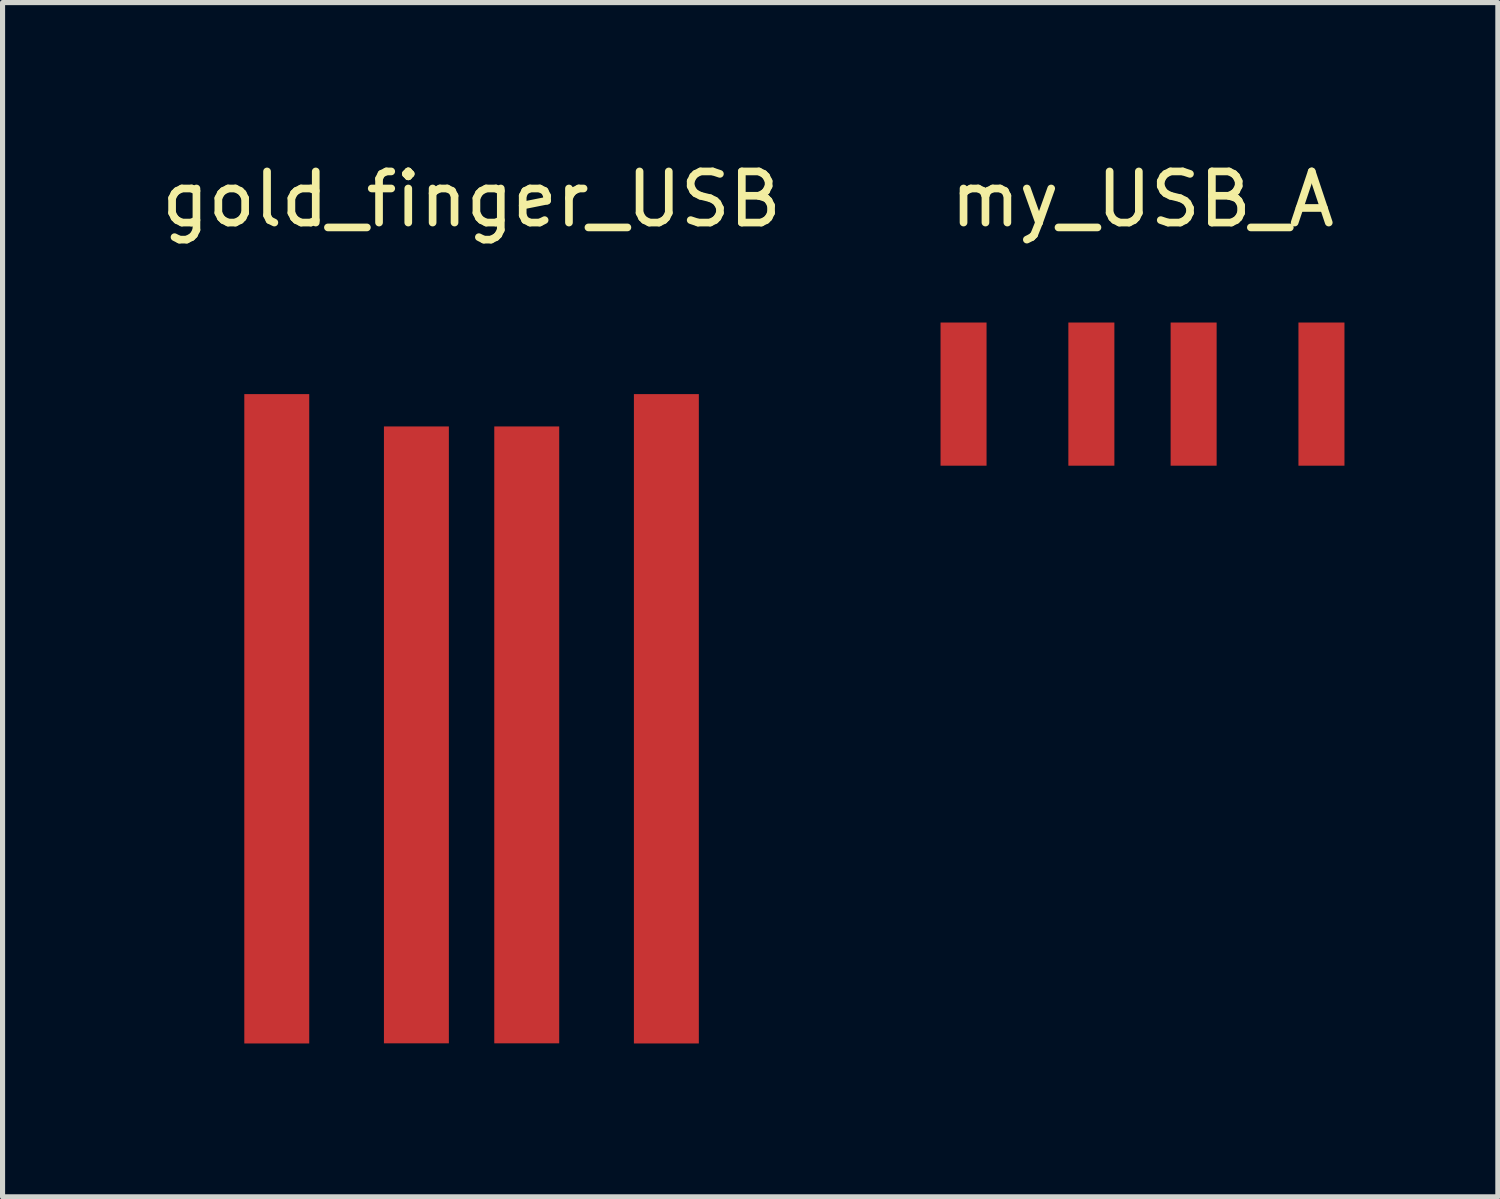
<source format=kicad_pcb>
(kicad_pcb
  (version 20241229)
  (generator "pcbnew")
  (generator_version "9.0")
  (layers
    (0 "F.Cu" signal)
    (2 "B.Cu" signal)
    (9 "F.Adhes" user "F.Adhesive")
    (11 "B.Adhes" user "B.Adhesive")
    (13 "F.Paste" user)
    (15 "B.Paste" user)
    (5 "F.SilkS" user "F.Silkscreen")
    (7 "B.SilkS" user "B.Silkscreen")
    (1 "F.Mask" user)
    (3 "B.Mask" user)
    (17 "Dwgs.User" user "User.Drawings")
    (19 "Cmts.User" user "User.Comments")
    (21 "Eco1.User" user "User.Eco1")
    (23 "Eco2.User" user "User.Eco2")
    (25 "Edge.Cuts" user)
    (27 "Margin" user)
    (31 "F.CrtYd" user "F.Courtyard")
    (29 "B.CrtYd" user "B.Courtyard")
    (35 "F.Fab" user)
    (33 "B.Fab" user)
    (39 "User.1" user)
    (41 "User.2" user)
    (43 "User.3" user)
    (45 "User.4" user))
  (footprint "my_USB_A"
    (layer "F.Cu")
    (at 19.295 4.658)
    (property "Reference" "my_USB_A" (at 0 -3.81 0) (layer "F.SilkS") (effects (font (size 1 1) (thickness 0.15))))
    (attr through_hole)
    (pad "1" smd rect (at -1 0) (size 0.9 2.8) (layers "F.Cu" "F.Mask" "F.Paste"))
    (pad "2" smd rect (at 1 0) (size 0.9 2.8) (layers "F.Cu" "F.Mask" "F.Paste"))
    (pad "3" smd rect (at 3.5 0) (size 0.9 2.8) (layers "F.Cu" "F.Mask" "F.Paste"))
    (pad "4" smd rect (at -3.5 0) (size 0.9 2.8) (layers "F.Cu" "F.Mask" "F.Paste")))
  (footprint "gold_finger_USB"
    (layer "F.Cu")
    (at 6.173 7.198)
    (property "Reference" "gold_finger_USB" (at 0 -6.35 0) (layer "F.SilkS") (effects (font (size 1 1) (thickness 0.15))))
    (attr through_hole)
    (pad "1" smd rect (at -3.81 3.81) (size 1.27 12.7) (layers "F.Cu" "F.Mask" "F.Paste"))
    (pad "2" smd rect (at 3.81 3.81) (size 1.27 12.7) (layers "F.Cu" "F.Mask" "F.Paste"))
    (pad "3" smd rect (at 1.079 4.125) (size 1.27 12.065) (layers "F.Cu" "F.Mask" "F.Paste"))
    (pad "4" smd rect (at -1.079 4.125) (size 1.27 12.065) (layers "F.Cu" "F.Mask" "F.Paste")))
  (gr_rect
    (start -3 -3)
    (end 26.245 20.358)
    (stroke (width 0.1) (type default))
    (fill no)
    (layer "Edge.Cuts")))
</source>
